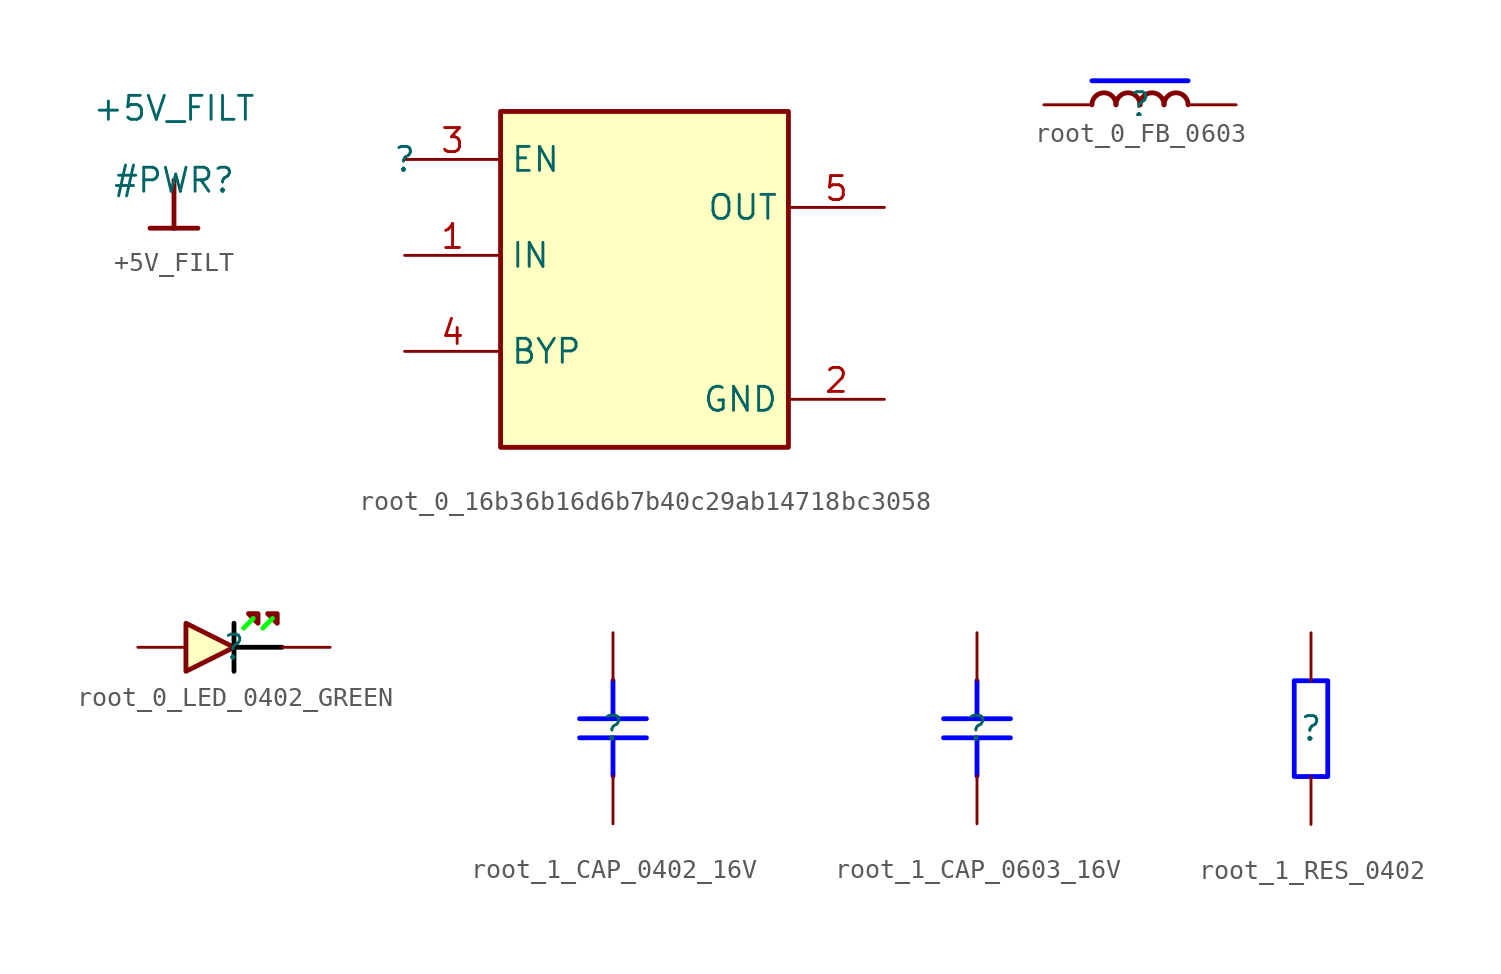
<source format=kicad_sym>
(kicad_symbol_lib
  (version 20220914)
  (generator kicad_symbol_editor)
  (symbol "+5V_FILT"
    (power)
    (property "Reference" "#PWR"
      (at 0 0 0)
      (effects (font (size 1.27 1.27))))
    (property "Value" "+5V_FILT"
      (at 0 3.81 0)
      (effects (font (size 1.27 1.27))))
    (symbol "+5V_FILT_0_0"
      (polyline (pts (xy -1.27 -2.54) (xy 1.27 -2.54)) (stroke (width 0.254) (type solid)) (fill (type none)))
      (polyline (pts (xy 0 0) (xy 0 -2.54)) (stroke (width 0.254) (type solid)) (fill (type none)))
      (pin power_in line (at 0 0 0) (length 0) hide (name "+5V_FILT" (effects (font (size 1.27 1.27)))) (number "" (effects (font (size 1.27 1.27)))))))
  (symbol "root_0_16b36b16d6b7b40c29ab14718bc3058"
    (property "Reference" ""
      (at 0 0 0)
      (effects (font (size 1.27 1.27))))
    (property "Value" ""
      (at 0 0 0)
      (effects (font (size 1.27 1.27))))
    (symbol "root_0_16b36b16d6b7b40c29ab14718bc3058_1_0"
      (rectangle (start 20.32 2.54) (end 5.08 -15.24) (stroke (width 0.254) (type solid)) (fill (type background)))
      (pin input line (at 0 -5.08 0) (length 5.08) (name "IN" (effects (font (size 1.27 1.27)))) (number "1" (effects (font (size 1.27 1.27)))))
      (pin power_in line (at 25.4 -12.7 180) (length 5.08) (name "GND" (effects (font (size 1.27 1.27)))) (number "2" (effects (font (size 1.27 1.27)))))
      (pin input line (at 0 0 0) (length 5.08) (name "EN" (effects (font (size 1.27 1.27)))) (number "3" (effects (font (size 1.27 1.27)))))
      (pin passive line (at 0 -10.16 0) (length 5.08) (name "BYP" (effects (font (size 1.27 1.27)))) (number "4" (effects (font (size 1.27 1.27)))))
      (pin output line (at 25.4 -2.54 180) (length 5.08) (name "OUT" (effects (font (size 1.27 1.27)))) (number "5" (effects (font (size 1.27 1.27)))))))
  (symbol "root_0_FB_0603"
    (property "Reference" ""
      (at 0 0 0)
      (effects (font (size 1.27 1.27))))
    (property "Value" ""
      (at 0 0 0)
      (effects (font (size 1.27 1.27))))
    (symbol "root_0_FB_0603_1_0"
      (arc (start -1.27 0) (mid -1.905 0.635) (end -2.54 0) (stroke (width 0.254) (type solid)) (fill (type none)))
      (arc (start 0 0) (mid -0.635 0.635) (end -1.27 0) (stroke (width 0.254) (type solid)) (fill (type none)))
      (polyline (pts (xy -2.54 1.27) (xy 2.54 1.27)) (stroke (width 0.254) (type solid) (color 0 0 255 1)) (fill (type none)))
      (arc (start 1.27 0) (mid 0.635 0.635) (end 0 0) (stroke (width 0.254) (type solid)) (fill (type none)))
      (arc (start 2.54 0) (mid 1.905 0.635) (end 1.27 0) (stroke (width 0.254) (type solid)) (fill (type none)))
      (pin passive line (at -5.08 0 0) (length 2.54) (name "1" (effects (font (size 0 0)))) (number "1" (effects (font (size 0 0)))))
      (pin passive line (at 5.08 0 180) (length 2.54) (name "2" (effects (font (size 0 0)))) (number "2" (effects (font (size 0 0)))))))
  (symbol "root_0_LED_0402_GREEN"
    (property "Reference" ""
      (at 0 0 0)
      (effects (font (size 1.27 1.27))))
    (property "Value" ""
      (at 0 0 0)
      (effects (font (size 1.27 1.27))))
    (symbol "root_0_LED_0402_GREEN_1_0"
      (polyline (pts (xy 0 -1.27) (xy 0 1.27)) (stroke (width 0.254) (type solid) (color 0 0 0 1)) (fill (type none)))
      (polyline (pts (xy 1.016 1.524) (xy 0.508 1.016)) (stroke (width 0.254) (type solid) (color 0 255 0 1)) (fill (type none)))
      (polyline (pts (xy 2.032 1.524) (xy 1.524 1.016)) (stroke (width 0.254) (type solid) (color 0 255 0 1)) (fill (type none)))
      (polyline (pts (xy 2.54 0) (xy 0 0)) (stroke (width 0.254) (type solid) (color 0 0 0 1)) (fill (type none)))
      (polyline (pts (xy 0.762 1.778) (xy 1.27 1.27) (xy 1.27 1.778) (xy 0.762 1.778) (xy 0.762 1.778)) (stroke (width 0.254) (type solid)) (fill (type outline)))
      (polyline (pts (xy 1.778 1.778) (xy 2.286 1.27) (xy 2.286 1.778) (xy 1.778 1.778) (xy 1.778 1.778)) (stroke (width 0.254) (type solid)) (fill (type outline)))
      (polyline (pts (xy -2.54 0) (xy -2.54 1.27) (xy 0 0) (xy -2.54 -1.27) (xy -2.54 0) (xy -2.54 0)) (stroke (width 0.254) (type solid)) (fill (type background)))
      (pin passive line (at -5.08 0 0) (length 2.54) (name "A" (effects (font (size 0 0)))) (number "A" (effects (font (size 0 0)))))
      (pin passive line (at 5.08 0 180) (length 2.54) (name "K" (effects (font (size 0 0)))) (number "K" (effects (font (size 0 0)))))))
  (symbol "root_1_CAP_0402_16V"
    (property "Reference" ""
      (at 0 0 0)
      (effects (font (size 1.27 1.27))))
    (property "Value" ""
      (at 0 0 0)
      (effects (font (size 1.27 1.27))))
    (symbol "root_1_CAP_0402_16V_1_0"
      (polyline (pts (xy -1.778 -0.508) (xy 1.778 -0.508)) (stroke (width 0.254) (type solid) (color 0 0 255 1)) (fill (type none)))
      (polyline (pts (xy 0 -2.54) (xy 0 -0.508)) (stroke (width 0.254) (type solid) (color 0 0 255 1)) (fill (type none)))
      (polyline (pts (xy 0 0.508) (xy 0 2.54)) (stroke (width 0.254) (type solid) (color 0 0 255 1)) (fill (type none)))
      (polyline (pts (xy 1.778 0.508) (xy -1.778 0.508)) (stroke (width 0.254) (type solid) (color 0 0 255 1)) (fill (type none)))
      (pin passive line (at 0 -5.08 90) (length 2.54) (name "1" (effects (font (size 0 0)))) (number "1" (effects (font (size 0 0)))))
      (pin passive line (at 0 5.08 270) (length 2.54) (name "2" (effects (font (size 0 0)))) (number "2" (effects (font (size 0 0)))))))
  (symbol "root_1_CAP_0603_16V"
    (property "Reference" ""
      (at 0 0 0)
      (effects (font (size 1.27 1.27))))
    (property "Value" ""
      (at 0 0 0)
      (effects (font (size 1.27 1.27))))
    (symbol "root_1_CAP_0603_16V_1_0"
      (polyline (pts (xy -1.778 -0.508) (xy 1.778 -0.508)) (stroke (width 0.254) (type solid) (color 0 0 255 1)) (fill (type none)))
      (polyline (pts (xy 0 -2.54) (xy 0 -0.508)) (stroke (width 0.254) (type solid) (color 0 0 255 1)) (fill (type none)))
      (polyline (pts (xy 0 0.508) (xy 0 2.54)) (stroke (width 0.254) (type solid) (color 0 0 255 1)) (fill (type none)))
      (polyline (pts (xy 1.778 0.508) (xy -1.778 0.508)) (stroke (width 0.254) (type solid) (color 0 0 255 1)) (fill (type none)))
      (pin passive line (at 0 -5.08 90) (length 2.54) (name "1" (effects (font (size 0 0)))) (number "1" (effects (font (size 0 0)))))
      (pin passive line (at 0 5.08 270) (length 2.54) (name "2" (effects (font (size 0 0)))) (number "2" (effects (font (size 0 0)))))))
  (symbol "root_1_RES_0402"
    (property "Reference" ""
      (at 0 0 0)
      (effects (font (size 1.27 1.27))))
    (property "Value" ""
      (at 0 0 0)
      (effects (font (size 1.27 1.27))))
    (symbol "root_1_RES_0402_1_0"
      (polyline (pts (xy 0 -2.54) (xy -0.889 -2.54) (xy -0.889 2.54) (xy 0.889 2.54) (xy 0.889 -2.54) (xy 0 -2.54)) (stroke (width 0.254) (type solid) (color 0 0 255 1)) (fill (type none)))
      (pin passive line (at 0 -5.08 90) (length 2.54) (name "1" (effects (font (size 0 0)))) (number "1" (effects (font (size 0 0)))))
      (pin passive line (at 0 5.08 270) (length 2.54) (name "2" (effects (font (size 0 0)))) (number "2" (effects (font (size 0 0))))))))
</source>
